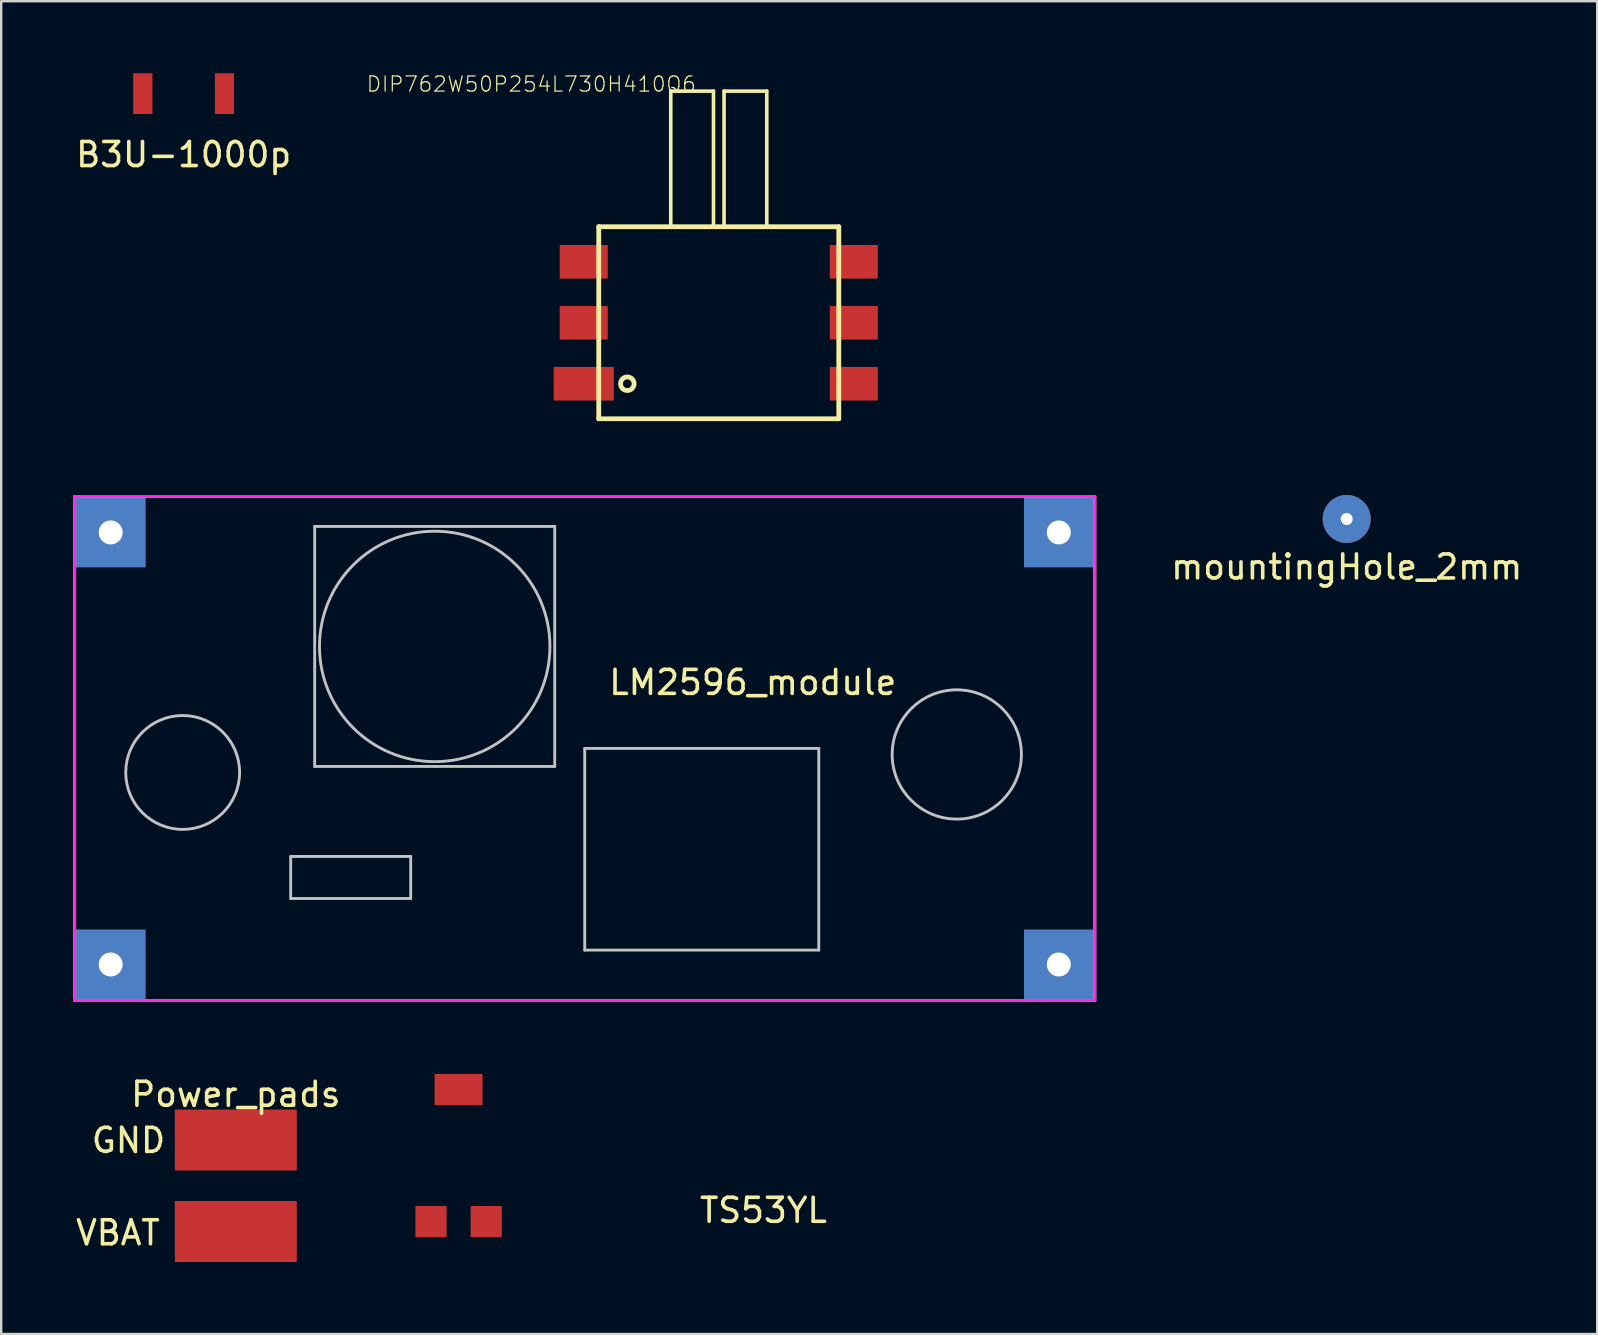
<source format=kicad_pcb>
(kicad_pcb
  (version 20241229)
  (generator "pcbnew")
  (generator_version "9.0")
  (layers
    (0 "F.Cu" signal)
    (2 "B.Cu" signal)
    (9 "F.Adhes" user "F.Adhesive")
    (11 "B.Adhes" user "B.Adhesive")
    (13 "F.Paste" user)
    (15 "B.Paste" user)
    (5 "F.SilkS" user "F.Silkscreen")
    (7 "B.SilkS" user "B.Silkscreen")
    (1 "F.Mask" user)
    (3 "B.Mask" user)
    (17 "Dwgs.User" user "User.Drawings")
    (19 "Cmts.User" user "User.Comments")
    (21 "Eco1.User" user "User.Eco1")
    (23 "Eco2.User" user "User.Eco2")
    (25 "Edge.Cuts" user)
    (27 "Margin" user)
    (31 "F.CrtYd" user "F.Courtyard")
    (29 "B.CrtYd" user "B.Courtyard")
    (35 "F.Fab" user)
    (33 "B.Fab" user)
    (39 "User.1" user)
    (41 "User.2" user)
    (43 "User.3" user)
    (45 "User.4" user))
  (footprint "DIP762W50P254L730H410Q6"
    (layer "F.Cu")
    (at 26.894 10.396)
    (property "Reference" "DIP762W50P254L730H410Q6" (at -7.81 -9.94 0) (layer "F.SilkS") (effects (font (size 0.63 0.63) (thickness 0.05))))
    (attr through_hole)
    (fp_line (start -5 -4) (end 5 -4) (stroke (width 0.2) (type solid)) (layer "F.SilkS"))
    (fp_line (start -5 4) (end -5 -4) (stroke (width 0.2) (type solid)) (layer "F.SilkS"))
    (fp_line (start -2 -9.65) (end -2 -4) (stroke (width 0.15) (type solid)) (layer "F.SilkS"))
    (fp_line (start -0.22 -9.65) (end -2 -9.65) (stroke (width 0.15) (type solid)) (layer "F.SilkS"))
    (fp_line (start -0.22 -4) (end -0.22 -9.65) (stroke (width 0.15) (type solid)) (layer "F.SilkS"))
    (fp_line (start 0.22 -9.65) (end 0.22 -4) (stroke (width 0.15) (type solid)) (layer "F.SilkS"))
    (fp_line (start 2 -9.65) (end 0.22 -9.65) (stroke (width 0.15) (type solid)) (layer "F.SilkS"))
    (fp_line (start 2 -4) (end 2 -9.65) (stroke (width 0.15) (type solid)) (layer "F.SilkS"))
    (fp_line (start 5 -4) (end 5 4) (stroke (width 0.2) (type solid)) (layer "F.SilkS"))
    (fp_line (start 5 4) (end -5 4) (stroke (width 0.2) (type solid)) (layer "F.SilkS"))
    (fp_circle (center -3.81 2.54) (end -3.527 2.54) (stroke (width 0.2) (type solid)) (fill no) (layer "F.SilkS"))
    (fp_line (start -4.8 -4.15) (end 4.8 -4.15) (stroke (width 0.05) (type solid)) (layer "Eco1.User"))
    (fp_line (start -4.8 4.15) (end -4.8 -4.15) (stroke (width 0.05) (type solid)) (layer "Eco1.User"))
    (fp_line (start 4.8 -4.15) (end 4.8 4.15) (stroke (width 0.05) (type solid)) (layer "Eco1.User"))
    (fp_line (start 4.8 4.15) (end -4.8 4.15) (stroke (width 0.05) (type solid)) (layer "Eco1.User"))
    (pad "1" smd rect (at -5.625 2.54) (size 2.5 1.4) (layers "F.Cu" "F.Mask" "F.Paste"))
    (pad "2" smd rect (at -5.625 0) (size 2 1.4) (layers "F.Cu" "F.Mask" "F.Paste"))
    (pad "3" smd rect (at -5.625 -2.54) (size 2 1.4) (layers "F.Cu" "F.Mask" "F.Paste"))
    (pad "4" smd rect (at 5.625 -2.54 180) (size 2 1.4) (layers "F.Cu" "F.Mask" "F.Paste"))
    (pad "5" smd rect (at 5.625 0 180) (size 2 1.4) (layers "F.Cu" "F.Mask" "F.Paste"))
    (pad "6" smd rect (at 5.625 2.54 180) (size 2 1.4) (layers "F.Cu" "F.Mask" "F.Paste")))
  (footprint "TS53YL"
    (layer "F.Cu")
    (at 16.055 45.341)
    (property "Reference" "TS53YL" (at 12.7 2.032 0) (layer "F.SilkS") (effects (font (size 1 1) (thickness 0.15))))
    (attr through_hole)
    (pad "1" smd rect (at 1.15 2.5) (size 1.3 1.3) (layers "F.Cu" "F.Mask" "F.Paste"))
    (pad "2" smd rect (at 0 -3) (size 2 1.3) (layers "F.Cu" "F.Mask" "F.Paste"))
    (pad "3" smd rect (at -1.15 2.5) (size 1.3 1.3) (layers "F.Cu" "F.Mask" "F.Paste")))
  (footprint "Power_pads"
    (layer "F.Cu")
    (at 6.773 46.35)
    (property "Reference" "Power_pads" (at 0 -3.81 0) (layer "F.SilkS") (effects (font (size 1 1) (thickness 0.15))))
    (attr through_hole)
    (fp_text user "GND" (at -4.47 -1.89 0) (layer "F.SilkS") (effects (font (size 1 1) (thickness 0.15))))
    (fp_text user "VBAT" (at -4.91 1.96 0) (layer "F.SilkS") (effects (font (size 1 1) (thickness 0.15))))
    (pad "1" smd rect (at 0 -1.905) (size 5.08 2.54) (layers "F.Cu" "F.Mask" "F.Paste"))
    (pad "2" smd rect (at 0 1.905) (size 5.08 2.54) (layers "F.Cu" "F.Mask" "F.Paste")))
  (footprint "mountingHole_2mm"
    (layer "F.Cu")
    (at 53.055 18.571)
    (property "Reference" "mountingHole_2mm" (at 0 2 0) (layer "F.SilkS") (effects (font (size 1 1) (thickness 0.15))))
    (attr through_hole)
    (pad "1" thru_hole circle (at 0 0) (size 2 2) (drill 0.5) (layers "*.Cu" "*.Mask")))
  (footprint "B3U-1000p"
    (layer "F.Cu")
    (at 4.601 0.85)
    (property "Reference" "B3U-1000p" (at 0 2.54 0) (layer "F.SilkS") (effects (font (size 1 1) (thickness 0.15))))
    (attr through_hole)
    (pad "1" smd rect (at -1.7 0) (size 0.8 1.7) (layers "F.Cu" "F.Mask" "F.Paste"))
    (pad "2" smd rect (at 1.7 0) (size 0.8 1.7) (layers "F.Cu" "F.Mask" "F.Paste")))
  (footprint "LM2596_module"
    (layer "F.Cu")
    (at 21.31 28.131)
    (property "Reference" "LM2596_module" (at 7 -2.75 0) (layer "F.SilkS") (effects (font (size 1 1) (thickness 0.15))))
    (attr through_hole)
    (fp_line (start -21.25 -10.5) (end 21.25 -10.5) (stroke (width 0.12) (type solid)) (layer "F.SilkS"))
    (fp_line (start -21.25 10.5) (end -21.25 -10.5) (stroke (width 0.12) (type solid)) (layer "F.SilkS"))
    (fp_line (start 21.25 -10.5) (end 21.25 10.5) (stroke (width 0.12) (type solid)) (layer "F.SilkS"))
    (fp_line (start 21.25 10.5) (end -21.25 10.5) (stroke (width 0.12) (type solid)) (layer "F.SilkS"))
    (fp_line (start -12.25 4.5) (end -7.25 4.5) (stroke (width 0.12) (type solid)) (layer "Dwgs.User"))
    (fp_line (start -12.25 6.25) (end -12.25 4.5) (stroke (width 0.12) (type solid)) (layer "Dwgs.User"))
    (fp_line (start -11.25 -9.25) (end -1.25 -9.25) (stroke (width 0.12) (type solid)) (layer "Dwgs.User"))
    (fp_line (start -11.25 0.75) (end -11.25 -9.25) (stroke (width 0.12) (type solid)) (layer "Dwgs.User"))
    (fp_line (start -7.25 4.5) (end -7.25 6.25) (stroke (width 0.12) (type solid)) (layer "Dwgs.User"))
    (fp_line (start -7.25 6.25) (end -12.25 6.25) (stroke (width 0.12) (type solid)) (layer "Dwgs.User"))
    (fp_line (start -1.25 -9.25) (end -1.25 0.75) (stroke (width 0.12) (type solid)) (layer "Dwgs.User"))
    (fp_line (start -1.25 0.75) (end -11.25 0.75) (stroke (width 0.12) (type solid)) (layer "Dwgs.User"))
    (fp_line (start 0 0) (end 9.75 0) (stroke (width 0.12) (type solid)) (layer "Dwgs.User"))
    (fp_line (start 0 8.4) (end 0 0) (stroke (width 0.12) (type solid)) (layer "Dwgs.User"))
    (fp_line (start 9.75 0) (end 9.75 8.4) (stroke (width 0.12) (type solid)) (layer "Dwgs.User"))
    (fp_line (start 9.75 8.4) (end 0 8.4) (stroke (width 0.12) (type solid)) (layer "Dwgs.User"))
    (fp_circle (center -16.75 1) (end -19 0.25) (stroke (width 0.12) (type solid)) (fill no) (layer "Dwgs.User"))
    (fp_circle (center -6.25 -4.25) (end -1.45 -4.25) (stroke (width 0.12) (type solid)) (fill no) (layer "Dwgs.User"))
    (fp_circle (center 15.5 0.25) (end 13 -0.75) (stroke (width 0.12) (type solid)) (fill no) (layer "Dwgs.User"))
    (fp_line (start -21.25 -10.5) (end 21.25 -10.5) (stroke (width 0.12) (type solid)) (layer "F.CrtYd"))
    (fp_line (start -21.25 10.5) (end -21.25 -10.5) (stroke (width 0.12) (type solid)) (layer "F.CrtYd"))
    (fp_line (start 21.25 -10.5) (end 21.25 10.5) (stroke (width 0.12) (type solid)) (layer "F.CrtYd"))
    (fp_line (start 21.25 10.5) (end -21.25 10.5) (stroke (width 0.12) (type solid)) (layer "F.CrtYd"))
    (pad "1" thru_hole rect (at -19.75 -9) (size 2.9 2.9) (drill 1) (layers "*.Cu" "*.Mask"))
    (pad "2" thru_hole rect (at -19.75 9) (size 2.9 2.9) (drill 1) (layers "*.Cu" "*.Mask"))
    (pad "2" thru_hole rect (at 19.75 9) (size 2.9 2.9) (drill 1) (layers "*.Cu" "*.Mask"))
    (pad "3" thru_hole rect (at 19.75 -9) (size 2.9 2.9) (drill 1) (layers "*.Cu" "*.Mask")))
  (gr_rect
    (start -3 -3)
    (end 63.489 52.525)
    (stroke (width 0.1) (type default))
    (fill no)
    (layer "Edge.Cuts")))
</source>
